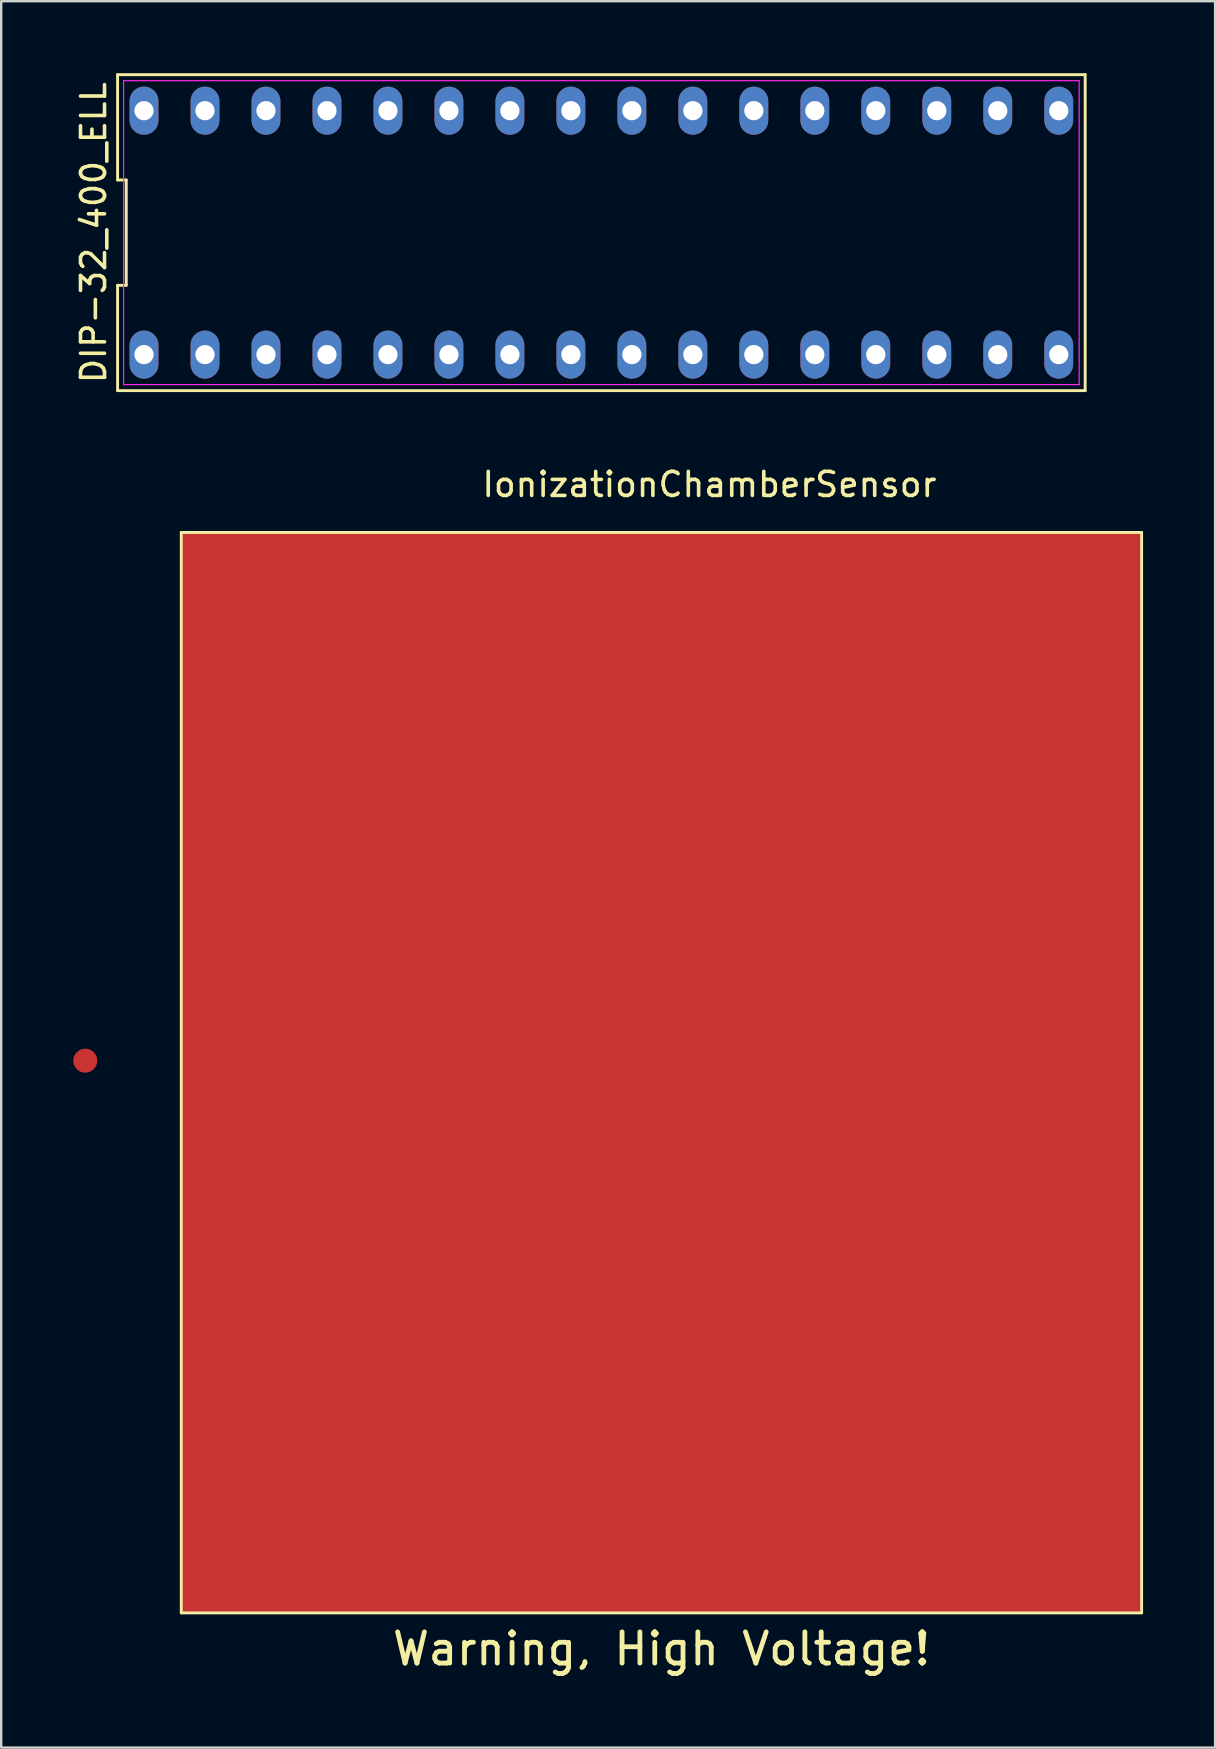
<source format=kicad_pcb>
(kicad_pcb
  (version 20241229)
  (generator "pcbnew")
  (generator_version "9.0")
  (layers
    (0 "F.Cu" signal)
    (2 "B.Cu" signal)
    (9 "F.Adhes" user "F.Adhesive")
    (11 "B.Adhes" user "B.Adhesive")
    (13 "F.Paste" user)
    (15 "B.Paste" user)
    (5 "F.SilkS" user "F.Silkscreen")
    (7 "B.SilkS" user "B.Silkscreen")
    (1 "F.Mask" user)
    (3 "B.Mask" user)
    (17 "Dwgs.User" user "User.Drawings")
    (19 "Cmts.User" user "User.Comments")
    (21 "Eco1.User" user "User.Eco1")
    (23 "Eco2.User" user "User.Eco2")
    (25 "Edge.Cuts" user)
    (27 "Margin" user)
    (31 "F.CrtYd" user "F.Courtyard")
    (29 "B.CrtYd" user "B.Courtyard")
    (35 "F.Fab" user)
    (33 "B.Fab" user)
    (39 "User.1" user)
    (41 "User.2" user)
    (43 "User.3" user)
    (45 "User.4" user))
  (footprint "IonizationChamberSensor"
    (layer "F.Cu")
    (at 4.5 19.128)
    (property "Reference" "IonizationChamberSensor" (at 22 -2 0) (layer "F.SilkS") (effects (font (size 1 1) (thickness 0.15))))
    (attr through_hole)
    (fp_poly (pts (xy 40 45) (xy 0 45) (xy 0 0) (xy 40 0)) (stroke (width 0.1) (type solid)) (fill yes) (layer "F.Cu"))
    (fp_poly (pts (xy 40 45) (xy 0 45) (xy 0 0) (xy 40 0)) (stroke (width 0.1) (type solid)) (fill yes) (layer "F.Mask"))
    (fp_line (start 0 0) (end 40 0) (stroke (width 0.12) (type solid)) (layer "F.SilkS"))
    (fp_line (start 0 45) (end 0 0) (stroke (width 0.12) (type solid)) (layer "F.SilkS"))
    (fp_line (start 40 0) (end 40 45) (stroke (width 0.12) (type solid)) (layer "F.SilkS"))
    (fp_line (start 40 45) (end 0 45) (stroke (width 0.12) (type solid)) (layer "F.SilkS"))
    (fp_text user "Warning, High Voltage!" (at 20 46.5 0) (layer "F.SilkS") (effects (font (size 1.3 1.3) (thickness 0.2))))
    (pad "1" smd circle (at 37 18) (size 2 2) (layers "F.Cu" "F.Mask" "F.Paste"))
    (pad "2" smd circle (at -4 22) (size 1 1) (layers "F.Cu" "F.Mask" "F.Paste")))
  (footprint "DIP-32_400_ELL"
    (layer "F.Cu")
    (at 21.998 6.64)
    (property "Reference" "DIP-32_400_ELL" (at -21.15 0 90) (layer "F.SilkS") (effects (font (size 1 1) (thickness 0.15))))
    (attr through_hole)
    (fp_line (start -20.15 -6.58) (end -20.15 -2.193) (stroke (width 0.12) (type solid)) (layer "F.SilkS"))
    (fp_line (start -20.15 -2.193) (end -19.79 -2.193) (stroke (width 0.12) (type solid)) (layer "F.SilkS"))
    (fp_line (start -20.15 2.193) (end -20.15 6.58) (stroke (width 0.12) (type solid)) (layer "F.SilkS"))
    (fp_line (start -20.15 6.58) (end 20.15 6.58) (stroke (width 0.12) (type solid)) (layer "F.SilkS"))
    (fp_line (start -19.79 -2.193) (end -19.79 2.193) (stroke (width 0.12) (type solid)) (layer "F.SilkS"))
    (fp_line (start -19.79 2.193) (end -20.15 2.193) (stroke (width 0.12) (type solid)) (layer "F.SilkS"))
    (fp_line (start 20.15 -6.58) (end -20.15 -6.58) (stroke (width 0.12) (type solid)) (layer "F.SilkS"))
    (fp_line (start 20.15 6.58) (end 20.15 -6.58) (stroke (width 0.12) (type solid)) (layer "F.SilkS"))
    (fp_line (start -19.9 -6.33) (end 19.9 -6.33) (stroke (width 0.05) (type solid)) (layer "F.CrtYd"))
    (fp_line (start -19.9 6.33) (end -19.9 -6.33) (stroke (width 0.05) (type solid)) (layer "F.CrtYd"))
    (fp_line (start 19.9 -6.33) (end 19.9 6.33) (stroke (width 0.05) (type solid)) (layer "F.CrtYd"))
    (fp_line (start 19.9 6.33) (end -19.9 6.33) (stroke (width 0.05) (type solid)) (layer "F.CrtYd"))
    (pad "1" thru_hole oval (at -19.05 5.08) (size 1.2 2) (drill 0.8) (layers "*.Cu" "*.Mask"))
    (pad "2" thru_hole oval (at -16.51 5.08) (size 1.2 2) (drill 0.8) (layers "*.Cu" "*.Mask"))
    (pad "3" thru_hole oval (at -13.97 5.08) (size 1.2 2) (drill 0.8) (layers "*.Cu" "*.Mask"))
    (pad "4" thru_hole oval (at -11.43 5.08) (size 1.2 2) (drill 0.8) (layers "*.Cu" "*.Mask"))
    (pad "5" thru_hole oval (at -8.89 5.08) (size 1.2 2) (drill 0.8) (layers "*.Cu" "*.Mask"))
    (pad "6" thru_hole oval (at -6.35 5.08) (size 1.2 2) (drill 0.8) (layers "*.Cu" "*.Mask"))
    (pad "7" thru_hole oval (at -3.81 5.08) (size 1.2 2) (drill 0.8) (layers "*.Cu" "*.Mask"))
    (pad "8" thru_hole oval (at -1.27 5.08) (size 1.2 2) (drill 0.8) (layers "*.Cu" "*.Mask"))
    (pad "9" thru_hole oval (at 1.27 5.08) (size 1.2 2) (drill 0.8) (layers "*.Cu" "*.Mask"))
    (pad "10" thru_hole oval (at 3.81 5.08) (size 1.2 2) (drill 0.8) (layers "*.Cu" "*.Mask"))
    (pad "11" thru_hole oval (at 6.35 5.08) (size 1.2 2) (drill 0.8) (layers "*.Cu" "*.Mask"))
    (pad "12" thru_hole oval (at 8.89 5.08) (size 1.2 2) (drill 0.8) (layers "*.Cu" "*.Mask"))
    (pad "13" thru_hole oval (at 11.43 5.08) (size 1.2 2) (drill 0.8) (layers "*.Cu" "*.Mask"))
    (pad "14" thru_hole oval (at 13.97 5.08) (size 1.2 2) (drill 0.8) (layers "*.Cu" "*.Mask"))
    (pad "15" thru_hole oval (at 16.51 5.08) (size 1.2 2) (drill 0.8) (layers "*.Cu" "*.Mask"))
    (pad "16" thru_hole oval (at 19.05 5.08) (size 1.2 2) (drill 0.8) (layers "*.Cu" "*.Mask"))
    (pad "17" thru_hole oval (at 19.05 -5.08) (size 1.2 2) (drill 0.8) (layers "*.Cu" "*.Mask"))
    (pad "18" thru_hole oval (at 16.51 -5.08) (size 1.2 2) (drill 0.8) (layers "*.Cu" "*.Mask"))
    (pad "19" thru_hole oval (at 13.97 -5.08) (size 1.2 2) (drill 0.8) (layers "*.Cu" "*.Mask"))
    (pad "20" thru_hole oval (at 11.43 -5.08) (size 1.2 2) (drill 0.8) (layers "*.Cu" "*.Mask"))
    (pad "21" thru_hole oval (at 8.89 -5.08) (size 1.2 2) (drill 0.8) (layers "*.Cu" "*.Mask"))
    (pad "22" thru_hole oval (at 6.35 -5.08) (size 1.2 2) (drill 0.8) (layers "*.Cu" "*.Mask"))
    (pad "23" thru_hole oval (at 3.81 -5.08) (size 1.2 2) (drill 0.8) (layers "*.Cu" "*.Mask"))
    (pad "24" thru_hole oval (at 1.27 -5.08) (size 1.2 2) (drill 0.8) (layers "*.Cu" "*.Mask"))
    (pad "25" thru_hole oval (at -1.27 -5.08) (size 1.2 2) (drill 0.8) (layers "*.Cu" "*.Mask"))
    (pad "26" thru_hole oval (at -3.81 -5.08) (size 1.2 2) (drill 0.8) (layers "*.Cu" "*.Mask"))
    (pad "27" thru_hole oval (at -6.35 -5.08) (size 1.2 2) (drill 0.8) (layers "*.Cu" "*.Mask"))
    (pad "28" thru_hole oval (at -8.89 -5.08) (size 1.2 2) (drill 0.8) (layers "*.Cu" "*.Mask"))
    (pad "29" thru_hole oval (at -11.43 -5.08) (size 1.2 2) (drill 0.8) (layers "*.Cu" "*.Mask"))
    (pad "30" thru_hole oval (at -13.97 -5.08) (size 1.2 2) (drill 0.8) (layers "*.Cu" "*.Mask"))
    (pad "31" thru_hole oval (at -16.51 -5.08) (size 1.2 2) (drill 0.8) (layers "*.Cu" "*.Mask"))
    (pad "32" thru_hole oval (at -19.05 -5.08) (size 1.2 2) (drill 0.8) (layers "*.Cu" "*.Mask")))
  (gr_rect
    (start -3 -3)
    (end 47.56 69.74)
    (stroke (width 0.1) (type default))
    (fill no)
    (layer "Edge.Cuts")))
</source>
